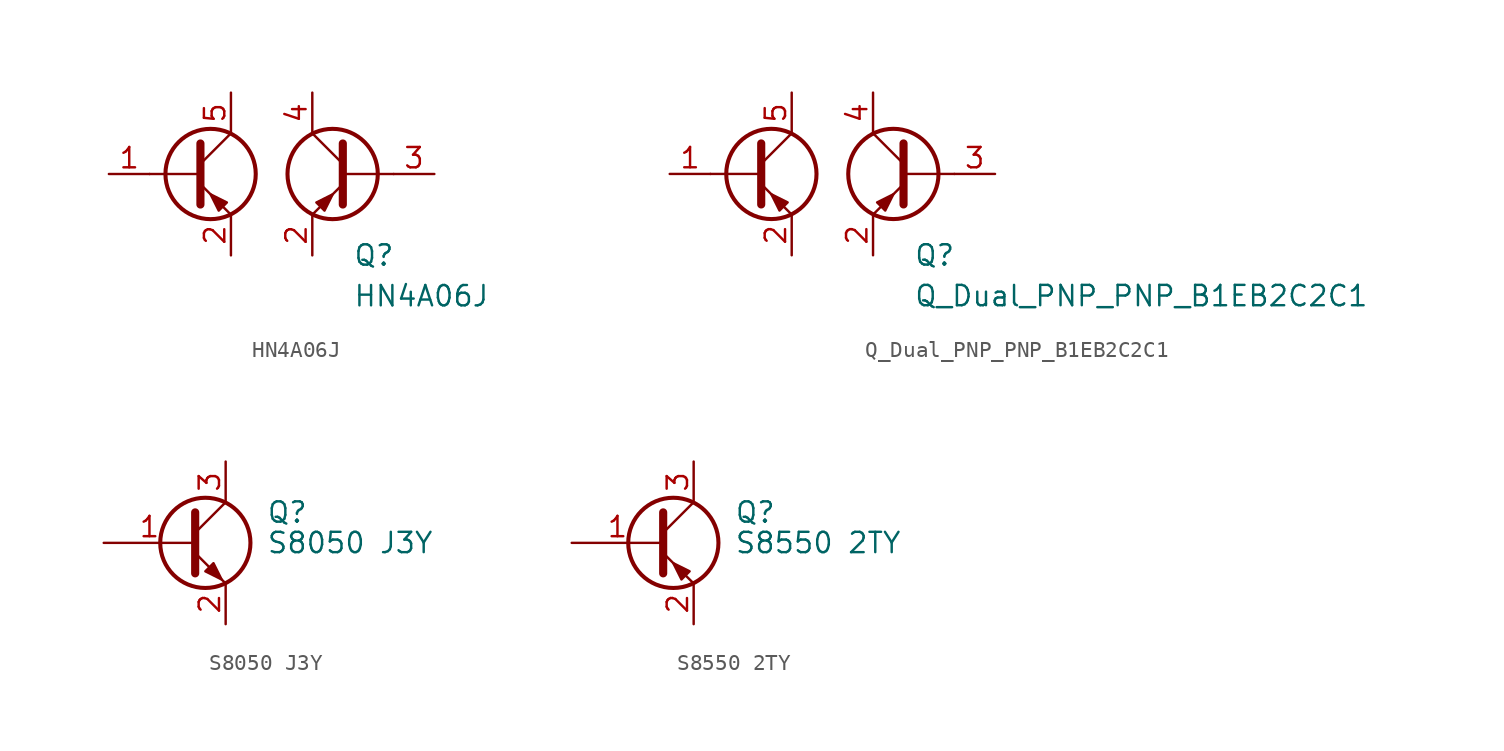
<source format=kicad_sym>
(kicad_symbol_lib
  (version 20231120)
  (generator "kicad_symbol_editor")
  (generator_version "8.0")
  (symbol "HN4A06J"
    (pin_names
      (offset 0) hide)
    (property "Reference" "Q"
      (at 5.08 -5.08 0)
      (effects (font (size 1.27 1.27)) (justify left)))
    (property "Value" "HN4A06J"
      (at 5.08 -7.62 0)
      (effects (font (size 1.27 1.27)) (justify left)))
    (symbol "HN4A06J_0_1"
      (circle (center -3.81 0) (radius 2.819) (stroke (width 0.254) (type default)) (fill (type none)))
      (polyline (pts (xy -4.445 0) (xy -7.62 0)) (stroke (width 0) (type default)) (fill (type none)))
      (polyline (pts (xy -4.445 0.635) (xy -2.54 2.54)) (stroke (width 0) (type default)) (fill (type none)))
      (polyline (pts (xy 4.445 0) (xy 7.62 0)) (stroke (width 0) (type default)) (fill (type none)))
      (polyline (pts (xy 4.445 0.635) (xy 2.54 2.54)) (stroke (width 0) (type default)) (fill (type none)))
      (polyline (pts (xy -4.445 -0.635) (xy -2.54 -2.54) (xy -2.54 -2.54)) (stroke (width 0) (type default)) (fill (type none)))
      (polyline (pts (xy -4.445 1.905) (xy -4.445 -1.905) (xy -4.445 -1.905)) (stroke (width 0.508) (type default)) (fill (type none)))
      (polyline (pts (xy 4.445 -0.635) (xy 2.54 -2.54) (xy 2.54 -2.54)) (stroke (width 0) (type default)) (fill (type none)))
      (polyline (pts (xy 4.445 1.905) (xy 4.445 -1.905) (xy 4.445 -1.905)) (stroke (width 0.508) (type default)) (fill (type none)))
      (polyline (pts (xy -2.794 -1.778) (xy -3.302 -2.286) (xy -3.81 -1.27) (xy -2.794 -1.778) (xy -2.794 -1.778)) (stroke (width 0) (type default)) (fill (type outline)))
      (polyline (pts (xy 2.794 -1.778) (xy 3.302 -2.286) (xy 3.81 -1.27) (xy 2.794 -1.778) (xy 2.794 -1.778)) (stroke (width 0) (type default)) (fill (type outline)))
      (circle (center 3.81 0) (radius 2.819) (stroke (width 0.254) (type default)) (fill (type none))))
    (symbol "HN4A06J_1_1"
      (pin input line (at -10.16 0 0) (length 2.54) (name "B1" (effects (font (size 1.27 1.27)))) (number "1" (effects (font (size 1.27 1.27)))))
      (pin passive line (at -2.54 -5.08 90) (length 2.54) (name "E" (effects (font (size 1.27 1.27)))) (number "2" (effects (font (size 1.27 1.27)))))
      (pin passive line (at 2.54 -5.08 90) (length 2.54) (name "E" (effects (font (size 1.27 1.27)))) (number "2" (effects (font (size 1.27 1.27)))))
      (pin input line (at 10.16 0 180) (length 2.54) (name "B2" (effects (font (size 1.27 1.27)))) (number "3" (effects (font (size 1.27 1.27)))))
      (pin passive line (at 2.54 5.08 270) (length 2.54) (name "C2" (effects (font (size 1.27 1.27)))) (number "4" (effects (font (size 1.27 1.27)))))
      (pin passive line (at -2.54 5.08 270) (length 2.54) (name "C1" (effects (font (size 1.27 1.27)))) (number "5" (effects (font (size 1.27 1.27)))))))
  (symbol "Q_Dual_PNP_PNP_B1EB2C2C1"
    (pin_names
      (offset 0) hide)
    (property "Reference" "Q"
      (at 5.08 -5.08 0)
      (effects (font (size 1.27 1.27)) (justify left)))
    (property "Value" "Q_Dual_PNP_PNP_B1EB2C2C1"
      (at 5.08 -7.62 0)
      (effects (font (size 1.27 1.27)) (justify left)))
    (symbol "Q_Dual_PNP_PNP_B1EB2C2C1_0_1"
      (circle (center -3.81 0) (radius 2.819) (stroke (width 0.254) (type default)) (fill (type none)))
      (polyline (pts (xy -4.445 0) (xy -7.62 0)) (stroke (width 0) (type default)) (fill (type none)))
      (polyline (pts (xy -4.445 0.635) (xy -2.54 2.54)) (stroke (width 0) (type default)) (fill (type none)))
      (polyline (pts (xy 4.445 0) (xy 7.62 0)) (stroke (width 0) (type default)) (fill (type none)))
      (polyline (pts (xy 4.445 0.635) (xy 2.54 2.54)) (stroke (width 0) (type default)) (fill (type none)))
      (polyline (pts (xy -4.445 -0.635) (xy -2.54 -2.54) (xy -2.54 -2.54)) (stroke (width 0) (type default)) (fill (type none)))
      (polyline (pts (xy -4.445 1.905) (xy -4.445 -1.905) (xy -4.445 -1.905)) (stroke (width 0.508) (type default)) (fill (type none)))
      (polyline (pts (xy 4.445 -0.635) (xy 2.54 -2.54) (xy 2.54 -2.54)) (stroke (width 0) (type default)) (fill (type none)))
      (polyline (pts (xy 4.445 1.905) (xy 4.445 -1.905) (xy 4.445 -1.905)) (stroke (width 0.508) (type default)) (fill (type none)))
      (polyline (pts (xy -2.794 -1.778) (xy -3.302 -2.286) (xy -3.81 -1.27) (xy -2.794 -1.778) (xy -2.794 -1.778)) (stroke (width 0) (type default)) (fill (type outline)))
      (polyline (pts (xy 2.794 -1.778) (xy 3.302 -2.286) (xy 3.81 -1.27) (xy 2.794 -1.778) (xy 2.794 -1.778)) (stroke (width 0) (type default)) (fill (type outline)))
      (circle (center 3.81 0) (radius 2.819) (stroke (width 0.254) (type default)) (fill (type none))))
    (symbol "Q_Dual_PNP_PNP_B1EB2C2C1_1_1"
      (pin input line (at -10.16 0 0) (length 2.54) (name "B1" (effects (font (size 1.27 1.27)))) (number "1" (effects (font (size 1.27 1.27)))))
      (pin passive line (at -2.54 -5.08 90) (length 2.54) (name "E" (effects (font (size 1.27 1.27)))) (number "2" (effects (font (size 1.27 1.27)))))
      (pin passive line (at 2.54 -5.08 90) (length 2.54) (name "E" (effects (font (size 1.27 1.27)))) (number "2" (effects (font (size 1.27 1.27)))))
      (pin input line (at 10.16 0 180) (length 2.54) (name "B2" (effects (font (size 1.27 1.27)))) (number "3" (effects (font (size 1.27 1.27)))))
      (pin passive line (at 2.54 5.08 270) (length 2.54) (name "C2" (effects (font (size 1.27 1.27)))) (number "4" (effects (font (size 1.27 1.27)))))
      (pin passive line (at -2.54 5.08 270) (length 2.54) (name "C1" (effects (font (size 1.27 1.27)))) (number "5" (effects (font (size 1.27 1.27)))))))
  (symbol "S8050 J3Y"
    (pin_names
      (offset 0) hide)
    (property "Reference" "Q"
      (at 5.08 1.905 0)
      (effects (font (size 1.27 1.27)) (justify left)))
    (property "Value" "S8050 J3Y"
      (at 5.08 0 0)
      (effects (font (size 1.27 1.27)) (justify left)))
    (symbol "S8050 J3Y_0_1"
      (polyline (pts (xy 0.635 0.635) (xy 2.54 2.54)) (stroke (width 0) (type default)) (fill (type none)))
      (polyline (pts (xy 0.635 -0.635) (xy 2.54 -2.54) (xy 2.54 -2.54)) (stroke (width 0) (type default)) (fill (type none)))
      (polyline (pts (xy 0.635 1.905) (xy 0.635 -1.905) (xy 0.635 -1.905)) (stroke (width 0.508) (type default)) (fill (type none)))
      (polyline (pts (xy 1.27 -1.778) (xy 1.778 -1.27) (xy 2.286 -2.286) (xy 1.27 -1.778) (xy 1.27 -1.778)) (stroke (width 0) (type default)) (fill (type outline)))
      (circle (center 1.27 0) (radius 2.819) (stroke (width 0.254) (type default)) (fill (type none))))
    (symbol "S8050 J3Y_1_1"
      (pin input line (at -5.08 0 0) (length 5.715) (name "B" (effects (font (size 1.27 1.27)))) (number "1" (effects (font (size 1.27 1.27)))))
      (pin passive line (at 2.54 -5.08 90) (length 2.54) (name "E" (effects (font (size 1.27 1.27)))) (number "2" (effects (font (size 1.27 1.27)))))
      (pin passive line (at 2.54 5.08 270) (length 2.54) (name "C" (effects (font (size 1.27 1.27)))) (number "3" (effects (font (size 1.27 1.27)))))))
  (symbol "S8550 2TY"
    (pin_names
      (offset 0) hide)
    (property "Reference" "Q"
      (at 5.08 1.905 0)
      (effects (font (size 1.27 1.27)) (justify left)))
    (property "Value" "S8550 2TY"
      (at 5.08 0 0)
      (effects (font (size 1.27 1.27)) (justify left)))
    (symbol "S8550 2TY_0_1"
      (polyline (pts (xy 0.635 0.635) (xy 2.54 2.54)) (stroke (width 0) (type default)) (fill (type none)))
      (polyline (pts (xy 0.635 -0.635) (xy 2.54 -2.54) (xy 2.54 -2.54)) (stroke (width 0) (type default)) (fill (type none)))
      (polyline (pts (xy 0.635 1.905) (xy 0.635 -1.905) (xy 0.635 -1.905)) (stroke (width 0.508) (type default)) (fill (type none)))
      (polyline (pts (xy 2.286 -1.778) (xy 1.778 -2.286) (xy 1.27 -1.27) (xy 2.286 -1.778) (xy 2.286 -1.778)) (stroke (width 0) (type default)) (fill (type outline)))
      (circle (center 1.27 0) (radius 2.819) (stroke (width 0.254) (type default)) (fill (type none))))
    (symbol "S8550 2TY_1_1"
      (pin input line (at -5.08 0 0) (length 5.715) (name "B" (effects (font (size 1.27 1.27)))) (number "1" (effects (font (size 1.27 1.27)))))
      (pin passive line (at 2.54 -5.08 90) (length 2.54) (name "E" (effects (font (size 1.27 1.27)))) (number "2" (effects (font (size 1.27 1.27)))))
      (pin passive line (at 2.54 5.08 270) (length 2.54) (name "C" (effects (font (size 1.27 1.27)))) (number "3" (effects (font (size 1.27 1.27))))))))
</source>
